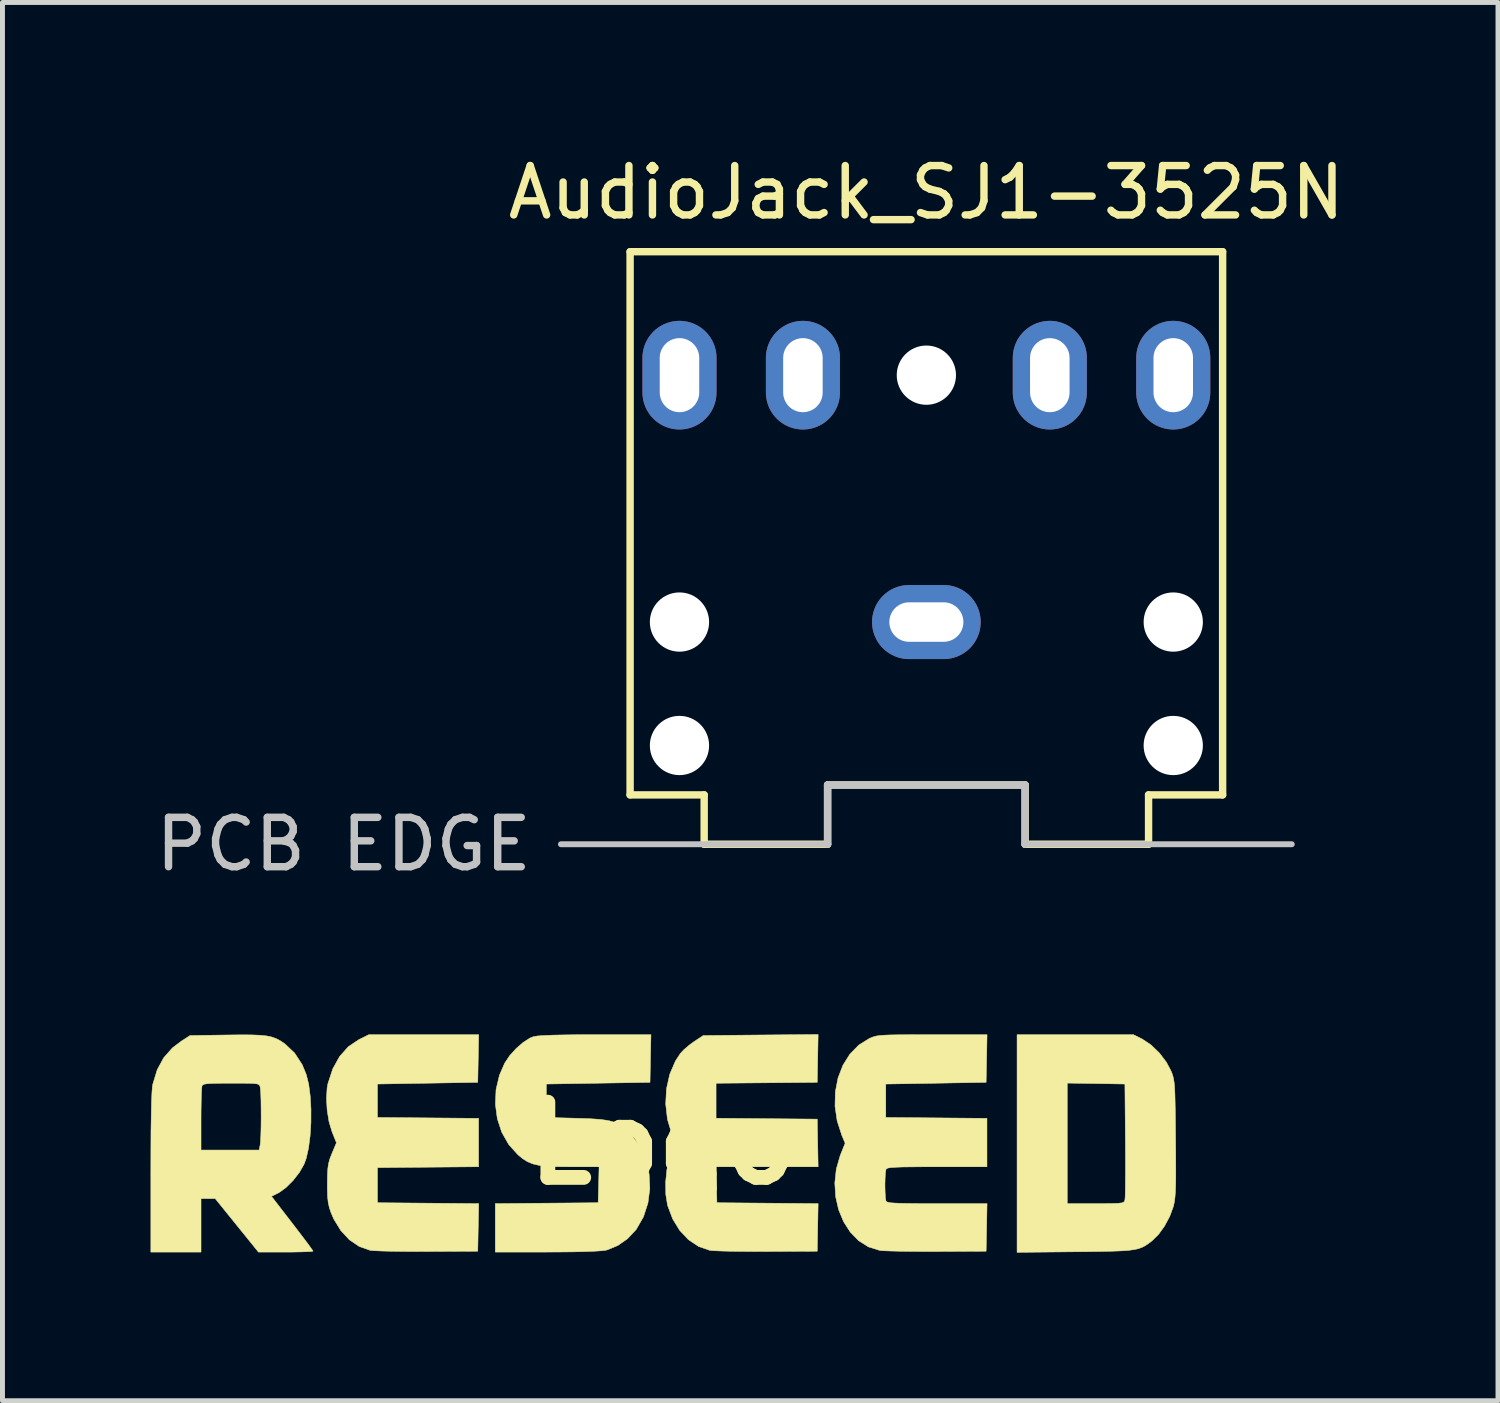
<source format=kicad_pcb>
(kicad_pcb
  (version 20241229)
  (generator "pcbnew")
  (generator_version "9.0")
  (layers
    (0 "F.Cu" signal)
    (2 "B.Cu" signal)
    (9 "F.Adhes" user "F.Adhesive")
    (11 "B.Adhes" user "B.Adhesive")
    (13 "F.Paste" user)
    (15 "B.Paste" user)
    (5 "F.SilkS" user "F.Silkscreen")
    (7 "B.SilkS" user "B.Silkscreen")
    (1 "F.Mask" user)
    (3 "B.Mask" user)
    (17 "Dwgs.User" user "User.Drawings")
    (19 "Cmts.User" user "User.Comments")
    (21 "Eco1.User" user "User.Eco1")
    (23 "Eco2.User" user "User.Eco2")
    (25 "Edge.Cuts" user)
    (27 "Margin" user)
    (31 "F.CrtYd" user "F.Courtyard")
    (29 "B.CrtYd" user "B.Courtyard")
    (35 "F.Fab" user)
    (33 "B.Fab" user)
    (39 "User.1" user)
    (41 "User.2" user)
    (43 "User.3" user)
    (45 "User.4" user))
  (footprint "Logo"
    (layer "F.Cu")
    (at 10.368 20.106)
    (property "Reference" "Logo" (at 0 0 0) (layer "F.SilkS") (effects (font (size 1.524 1.524) (thickness 0.3))))
    (attr through_hole)
    (fp_poly (pts (xy -3.733 -1.719) (xy -3.742 -1.236) (xy -4.758 -1.219) (xy -5.774 -1.202) (xy -5.774 -0.525) (xy -4.75 -0.516) (xy -3.725 -0.507) (xy -3.725 0.473) (xy -4.75 0.482) (xy -5.774 0.491) (xy -5.774 1.202) (xy -4.749 1.211) (xy -3.723 1.22) (xy -3.733 1.702) (xy -3.742 2.184) (xy -4.758 2.189) (xy -5.022 2.19) (xy -5.27 2.188) (xy -5.494 2.185) (xy -5.682 2.18) (xy -5.825 2.174) (xy -5.913 2.167) (xy -5.925 2.165) (xy -6.142 2.088) (xy -6.342 1.953) (xy -6.516 1.765) (xy -6.658 1.533) (xy -6.713 1.407) (xy -6.748 1.301) (xy -6.771 1.197) (xy -6.784 1.076) (xy -6.789 0.918) (xy -6.789 0.813) (xy -6.786 0.634) (xy -6.778 0.503) (xy -6.762 0.4) (xy -6.735 0.305) (xy -6.696 0.206) (xy -6.604 -0.012) (xy -6.693 -0.234) (xy -6.754 -0.437) (xy -6.792 -0.67) (xy -6.806 -0.908) (xy -6.793 -1.124) (xy -6.777 -1.209) (xy -6.679 -1.509) (xy -6.54 -1.76) (xy -6.364 -1.958) (xy -6.155 -2.099) (xy -5.95 -2.201) (xy -3.723 -2.201) (xy -3.733 -1.719)) (stroke (width 0.01) (type solid)) (fill yes) (layer "F.SilkS"))
    (fp_poly (pts (xy 3.142 -1.72) (xy 3.133 -1.236) (xy 2.108 -1.227) (xy 1.084 -1.218) (xy 1.084 -0.509) (xy 2.108 -0.5) (xy 3.133 -0.491) (xy 3.142 -0.008) (xy 3.151 0.474) (xy 1.081 0.474) (xy 1.091 0.838) (xy 1.101 1.202) (xy 2.126 1.211) (xy 3.151 1.22) (xy 3.142 1.702) (xy 3.133 2.184) (xy 2.117 2.189) (xy 1.853 2.19) (xy 1.605 2.188) (xy 1.382 2.185) (xy 1.195 2.18) (xy 1.053 2.174) (xy 0.966 2.167) (xy 0.953 2.165) (xy 0.728 2.087) (xy 0.524 1.95) (xy 0.347 1.762) (xy 0.205 1.53) (xy 0.104 1.262) (xy 0.102 1.256) (xy 0.066 1.035) (xy 0.063 0.784) (xy 0.089 0.528) (xy 0.144 0.29) (xy 0.207 0.13) (xy 0.239 0.061) (xy 0.251 0.005) (xy 0.239 -0.058) (xy 0.204 -0.154) (xy 0.187 -0.194) (xy 0.099 -0.488) (xy 0.064 -0.797) (xy 0.08 -1.105) (xy 0.146 -1.4) (xy 0.261 -1.668) (xy 0.36 -1.82) (xy 0.435 -1.9) (xy 0.543 -1.992) (xy 0.635 -2.059) (xy 0.824 -2.184) (xy 1.988 -2.195) (xy 3.151 -2.205) (xy 3.142 -1.72)) (stroke (width 0.01) (type solid)) (fill yes) (layer "F.SilkS"))
    (fp_poly (pts (xy -0.245 -1.719) (xy -0.254 -1.236) (xy -1.304 -1.219) (xy -2.354 -1.202) (xy -2.354 -0.525) (xy -1.727 -0.508) (xy -1.465 -0.499) (xy -1.259 -0.485) (xy -1.098 -0.462) (xy -0.97 -0.426) (xy -0.864 -0.375) (xy -0.767 -0.304) (xy -0.669 -0.21) (xy -0.617 -0.154) (xy -0.452 0.075) (xy -0.336 0.338) (xy -0.272 0.623) (xy -0.258 0.917) (xy -0.296 1.209) (xy -0.386 1.486) (xy -0.529 1.736) (xy -0.541 1.752) (xy -0.708 1.93) (xy -0.905 2.068) (xy -1.114 2.155) (xy -1.153 2.165) (xy -1.238 2.175) (xy -1.383 2.184) (xy -1.58 2.192) (xy -1.822 2.197) (xy -2.101 2.2) (xy -2.355 2.201) (xy -3.387 2.201) (xy -3.387 1.22) (xy -2.345 1.211) (xy -1.304 1.202) (xy -1.294 0.838) (xy -1.285 0.474) (xy -1.872 0.474) (xy -2.134 0.472) (xy -2.339 0.463) (xy -2.5 0.445) (xy -2.628 0.415) (xy -2.735 0.371) (xy -2.833 0.309) (xy -2.928 0.231) (xy -3.116 0.022) (xy -3.256 -0.225) (xy -3.346 -0.5) (xy -3.385 -0.792) (xy -3.372 -1.089) (xy -3.303 -1.381) (xy -3.197 -1.625) (xy -3.097 -1.775) (xy -2.967 -1.919) (xy -2.824 -2.044) (xy -2.685 -2.133) (xy -2.617 -2.161) (xy -2.542 -2.174) (xy -2.413 -2.184) (xy -2.227 -2.192) (xy -1.98 -2.197) (xy -1.671 -2.201) (xy -1.358 -2.201) (xy -0.235 -2.201) (xy -0.245 -1.719)) (stroke (width 0.01) (type solid)) (fill yes) (layer "F.SilkS"))
    (fp_poly (pts (xy 9.712 -2.114) (xy 9.889 -1.997) (xy 10.06 -1.833) (xy 10.204 -1.644) (xy 10.297 -1.469) (xy 10.319 -1.414) (xy 10.336 -1.361) (xy 10.35 -1.303) (xy 10.361 -1.231) (xy 10.37 -1.138) (xy 10.376 -1.017) (xy 10.38 -0.858) (xy 10.384 -0.655) (xy 10.387 -0.399) (xy 10.39 -0.102) (xy 10.393 0.22) (xy 10.394 0.482) (xy 10.394 0.692) (xy 10.391 0.858) (xy 10.386 0.988) (xy 10.378 1.09) (xy 10.368 1.172) (xy 10.354 1.241) (xy 10.345 1.279) (xy 10.272 1.477) (xy 10.167 1.674) (xy 10.042 1.847) (xy 9.912 1.974) (xy 9.841 2.028) (xy 9.777 2.071) (xy 9.712 2.105) (xy 9.638 2.132) (xy 9.547 2.152) (xy 9.433 2.167) (xy 9.286 2.177) (xy 9.1 2.184) (xy 8.867 2.189) (xy 8.579 2.193) (xy 8.357 2.195) (xy 7.18 2.207) (xy 7.18 1.219) (xy 8.196 1.219) (xy 8.771 1.219) (xy 8.98 1.219) (xy 9.132 1.217) (xy 9.235 1.213) (xy 9.301 1.205) (xy 9.337 1.192) (xy 9.355 1.172) (xy 9.364 1.145) (xy 9.364 1.143) (xy 9.369 1.092) (xy 9.372 0.981) (xy 9.374 0.82) (xy 9.376 0.617) (xy 9.376 0.38) (xy 9.375 0.119) (xy 9.374 -0.068) (xy 9.364 -1.202) (xy 8.78 -1.212) (xy 8.196 -1.221) (xy 8.196 1.219) (xy 7.18 1.219) (xy 7.18 -2.201) (xy 9.537 -2.201) (xy 9.712 -2.114)) (stroke (width 0.01) (type solid)) (fill yes) (layer "F.SilkS"))
    (fp_poly (pts (xy 6.563 -1.719) (xy 6.553 -1.236) (xy 5.537 -1.219) (xy 4.521 -1.202) (xy 4.521 -0.525) (xy 5.546 -0.516) (xy 6.57 -0.507) (xy 6.57 0.474) (xy 5.558 0.474) (xy 5.266 0.474) (xy 5.035 0.476) (xy 4.858 0.478) (xy 4.727 0.483) (xy 4.636 0.489) (xy 4.577 0.497) (xy 4.543 0.509) (xy 4.527 0.523) (xy 4.525 0.528) (xy 4.515 0.586) (xy 4.508 0.691) (xy 4.504 0.822) (xy 4.504 0.847) (xy 4.507 0.98) (xy 4.513 1.091) (xy 4.523 1.16) (xy 4.525 1.166) (xy 4.537 1.181) (xy 4.566 1.193) (xy 4.618 1.203) (xy 4.701 1.209) (xy 4.821 1.214) (xy 4.985 1.217) (xy 5.202 1.219) (xy 5.477 1.219) (xy 5.559 1.219) (xy 6.572 1.219) (xy 6.563 1.702) (xy 6.553 2.184) (xy 5.554 2.189) (xy 5.292 2.189) (xy 5.044 2.188) (xy 4.821 2.185) (xy 4.633 2.18) (xy 4.49 2.175) (xy 4.403 2.168) (xy 4.393 2.166) (xy 4.169 2.096) (xy 3.97 1.97) (xy 3.802 1.797) (xy 3.666 1.585) (xy 3.566 1.343) (xy 3.506 1.08) (xy 3.489 0.803) (xy 3.519 0.521) (xy 3.599 0.243) (xy 3.606 0.226) (xy 3.698 -0.004) (xy 3.631 -0.163) (xy 3.536 -0.456) (xy 3.493 -0.754) (xy 3.5 -1.046) (xy 3.554 -1.325) (xy 3.653 -1.582) (xy 3.794 -1.807) (xy 3.974 -1.991) (xy 4.183 -2.122) (xy 4.231 -2.143) (xy 4.277 -2.16) (xy 4.33 -2.174) (xy 4.398 -2.184) (xy 4.488 -2.191) (xy 4.609 -2.196) (xy 4.767 -2.199) (xy 4.972 -2.2) (xy 5.23 -2.201) (xy 5.462 -2.201) (xy 6.572 -2.201) (xy 6.563 -1.719)) (stroke (width 0.01) (type solid)) (fill yes) (layer "F.SilkS"))
    (fp_poly (pts (xy -8.326 -2.197) (xy -8.153 -2.19) (xy -8.018 -2.176) (xy -7.91 -2.153) (xy -7.82 -2.12) (xy -7.736 -2.075) (xy -7.65 -2.016) (xy -7.648 -2.015) (xy -7.452 -1.83) (xy -7.298 -1.594) (xy -7.216 -1.396) (xy -7.167 -1.2) (xy -7.136 -0.961) (xy -7.12 -0.695) (xy -7.121 -0.42) (xy -7.138 -0.15) (xy -7.17 0.097) (xy -7.217 0.305) (xy -7.259 0.42) (xy -7.354 0.587) (xy -7.482 0.751) (xy -7.625 0.894) (xy -7.766 0.996) (xy -7.789 1.008) (xy -7.92 1.073) (xy -7.499 1.618) (xy -7.372 1.784) (xy -7.26 1.931) (xy -7.17 2.051) (xy -7.108 2.137) (xy -7.079 2.179) (xy -7.078 2.182) (xy -7.11 2.189) (xy -7.199 2.194) (xy -7.332 2.198) (xy -7.5 2.201) (xy -7.631 2.201) (xy -8.184 2.201) (xy -9.059 1.119) (xy -9.203 1.118) (xy -9.347 1.118) (xy -9.347 2.201) (xy -10.363 2.201) (xy -10.363 0.594) (xy -10.362 0.138) (xy -10.36 -0.254) (xy -10.356 -0.488) (xy -9.347 -0.488) (xy -9.347 0.135) (xy -8.17 0.135) (xy -8.149 0.03) (xy -8.141 -0.047) (xy -8.135 -0.174) (xy -8.131 -0.334) (xy -8.129 -0.514) (xy -8.13 -0.696) (xy -8.132 -0.867) (xy -8.137 -1.01) (xy -8.144 -1.11) (xy -8.149 -1.143) (xy -8.159 -1.171) (xy -8.177 -1.191) (xy -8.213 -1.205) (xy -8.277 -1.213) (xy -8.38 -1.217) (xy -8.53 -1.219) (xy -8.738 -1.219) (xy -8.95 -1.218) (xy -9.104 -1.215) (xy -9.209 -1.21) (xy -9.275 -1.2) (xy -9.311 -1.185) (xy -9.327 -1.166) (xy -9.333 -1.116) (xy -9.339 -1.01) (xy -9.343 -0.86) (xy -9.346 -0.678) (xy -9.347 -0.488) (xy -10.356 -0.488) (xy -10.355 -0.578) (xy -10.349 -0.837) (xy -10.341 -1.029) (xy -10.331 -1.153) (xy -10.325 -1.192) (xy -10.236 -1.486) (xy -10.105 -1.731) (xy -9.925 -1.935) (xy -9.745 -2.071) (xy -9.569 -2.184) (xy -8.825 -2.195) (xy -8.547 -2.198) (xy -8.326 -2.197)) (stroke (width 0.01) (type solid)) (fill yes) (layer "F.SilkS")))
  (footprint "AudioJack_SJ1-3525N"
    (layer "F.Cu")
    (at 15.711 9.548)
    (property "Reference" "AudioJack_SJ1-3525N" (at 0 -8.7 0) (layer "F.SilkS") (effects (font (size 1 1) (thickness 0.15))))
    (attr through_hole)
    (fp_line (start -6 -7.5) (end 6 -7.5) (stroke (width 0.15) (type solid)) (layer "F.SilkS"))
    (fp_line (start -6 3.5) (end -6 -7.5) (stroke (width 0.15) (type solid)) (layer "F.SilkS"))
    (fp_line (start -4.5 3.5) (end -6 3.5) (stroke (width 0.15) (type solid)) (layer "F.SilkS"))
    (fp_line (start -4.5 4.5) (end -4.5 3.5) (stroke (width 0.15) (type solid)) (layer "F.SilkS"))
    (fp_line (start -4.5 4.5) (end -2 4.5) (stroke (width 0.15) (type solid)) (layer "F.SilkS"))
    (fp_line (start -2 3.3) (end 2 3.3) (stroke (width 0.15) (type solid)) (layer "F.SilkS"))
    (fp_line (start -2 4.5) (end -2 3.3) (stroke (width 0.15) (type solid)) (layer "F.SilkS"))
    (fp_line (start 2 3.3) (end 2 4.5) (stroke (width 0.15) (type solid)) (layer "F.SilkS"))
    (fp_line (start 2 4.5) (end 4.5 4.5) (stroke (width 0.15) (type solid)) (layer "F.SilkS"))
    (fp_line (start 4.5 4.5) (end 4.5 3.5) (stroke (width 0.15) (type solid)) (layer "F.SilkS"))
    (fp_line (start 6 3.5) (end 4.5 3.5) (stroke (width 0.15) (type solid)) (layer "F.SilkS"))
    (fp_line (start 6 3.5) (end 6 -7.5) (stroke (width 0.15) (type solid)) (layer "F.SilkS"))
    (fp_line (start -2 3.3) (end 2 3.3) (stroke (width 0.15) (type solid)) (layer "Dwgs.User"))
    (fp_line (start -2 4.5) (end -7.4 4.5) (stroke (width 0.12) (type solid)) (layer "Dwgs.User"))
    (fp_line (start -2 4.5) (end -2 3.3) (stroke (width 0.15) (type solid)) (layer "Dwgs.User"))
    (fp_line (start 2 3.3) (end 2 4.5) (stroke (width 0.15) (type solid)) (layer "Dwgs.User"))
    (fp_line (start 2 4.5) (end 7.4 4.5) (stroke (width 0.12) (type solid)) (layer "Dwgs.User"))
    (fp_text user "PCB EDGE" (at -11.8 4.5 0) (layer "Dwgs.User") (effects (font (size 1 1) (thickness 0.15))))
    (pad "" np_thru_hole circle (at -5 0) (size 1.2 1.2) (drill 1.2) (layers "*.Cu" "*.Mask"))
    (pad "" np_thru_hole circle (at -5 2.5) (size 1.2 1.2) (drill 1.2) (layers "*.Cu" "*.Mask"))
    (pad "" np_thru_hole circle (at 0 -5) (size 1.2 1.2) (drill 1.2) (layers "*.Cu" "*.Mask"))
    (pad "" np_thru_hole circle (at 5 0) (size 1.2 1.2) (drill 1.2) (layers "*.Cu" "*.Mask"))
    (pad "" np_thru_hole circle (at 5 2.5) (size 1.2 1.2) (drill 1.2) (layers "*.Cu" "*.Mask"))
    (pad "R" thru_hole oval (at -5 -5) (size 1.5 2.2) (drill oval 0.8 1.5) (layers "*.Cu" "*.Mask"))
    (pad "RN" thru_hole oval (at -2.5 -5) (size 1.5 2.2) (drill oval 0.8 1.5) (layers "*.Cu" "*.Mask"))
    (pad "S" thru_hole oval (at 0 0) (size 2.2 1.5) (drill oval 1.5 0.8) (layers "*.Cu" "*.Mask"))
    (pad "T" thru_hole oval (at 5 -5) (size 1.5 2.2) (drill oval 0.8 1.5) (layers "*.Cu" "*.Mask"))
    (pad "TN" thru_hole oval (at 2.5 -5) (size 1.5 2.2) (drill oval 0.8 1.5) (layers "*.Cu" "*.Mask")))
  (gr_rect
    (start -3 -3)
    (end 27.288 25.318)
    (stroke (width 0.1) (type default))
    (fill no)
    (layer "Edge.Cuts")))
</source>
